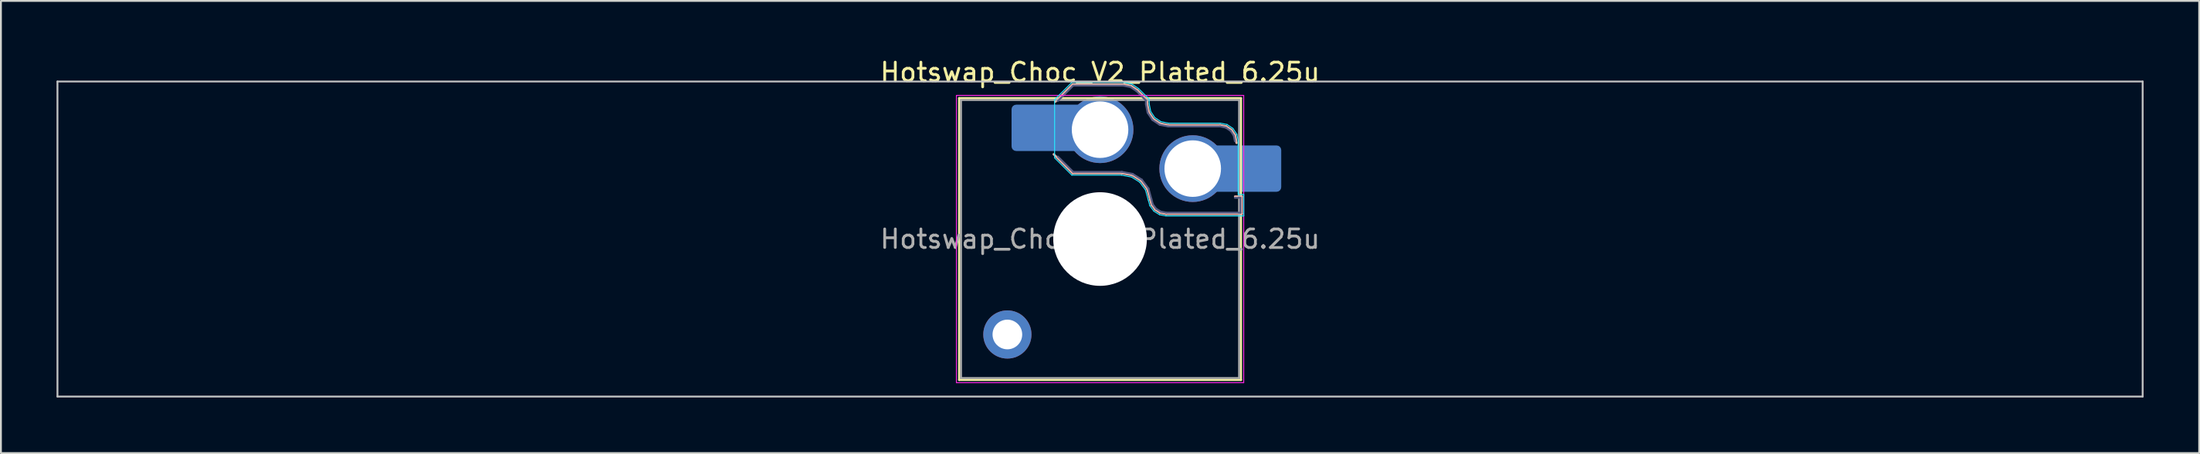
<source format=kicad_pcb>
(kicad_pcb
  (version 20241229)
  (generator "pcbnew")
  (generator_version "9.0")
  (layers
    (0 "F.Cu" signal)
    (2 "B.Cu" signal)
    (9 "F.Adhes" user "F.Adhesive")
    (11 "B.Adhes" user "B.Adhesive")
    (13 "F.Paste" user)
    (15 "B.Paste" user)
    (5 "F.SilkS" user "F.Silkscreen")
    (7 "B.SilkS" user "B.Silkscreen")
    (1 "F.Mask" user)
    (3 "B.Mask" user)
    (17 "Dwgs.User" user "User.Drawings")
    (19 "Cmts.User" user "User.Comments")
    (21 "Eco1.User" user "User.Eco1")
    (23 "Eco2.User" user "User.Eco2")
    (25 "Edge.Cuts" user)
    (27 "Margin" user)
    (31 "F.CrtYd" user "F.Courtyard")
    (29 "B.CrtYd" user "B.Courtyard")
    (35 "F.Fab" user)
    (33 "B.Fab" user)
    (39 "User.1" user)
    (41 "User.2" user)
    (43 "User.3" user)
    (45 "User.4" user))
  (footprint "Hotswap_Choc_V2_Plated_6.25u"
    (layer "F.Cu")
    (at 56.3 9.848)
    (property "Reference" "Hotswap_Choc_V2_Plated_6.25u" (at 0 -9 0) (layer "F.SilkS") (effects (font (size 1 1) (thickness 0.15))))
    (attr smd allow_soldermask_bridges)
    (fp_line (start -7.6 -7.6) (end -7.6 7.6) (stroke (width 0.12) (type solid)) (layer "F.SilkS"))
    (fp_line (start -7.6 7.6) (end 7.6 7.6) (stroke (width 0.12) (type solid)) (layer "F.SilkS"))
    (fp_line (start 7.6 -7.6) (end -7.6 -7.6) (stroke (width 0.12) (type solid)) (layer "F.SilkS"))
    (fp_line (start 7.6 7.6) (end 7.6 -7.6) (stroke (width 0.12) (type solid)) (layer "F.SilkS"))
    (fp_line (start -2.416 -7.409) (end -1.479 -8.346) (stroke (width 0.12) (type solid)) (layer "B.SilkS"))
    (fp_line (start -1.479 -8.346) (end 1.268 -8.346) (stroke (width 0.12) (type solid)) (layer "B.SilkS"))
    (fp_line (start -1.479 -3.554) (end -2.5 -4.575) (stroke (width 0.12) (type solid)) (layer "B.SilkS"))
    (fp_line (start 1.168 -3.554) (end -1.479 -3.554) (stroke (width 0.12) (type solid)) (layer "B.SilkS"))
    (fp_line (start 1.268 -8.346) (end 1.671 -8.266) (stroke (width 0.12) (type solid)) (layer "B.SilkS"))
    (fp_line (start 1.671 -8.266) (end 2.013 -8.037) (stroke (width 0.12) (type solid)) (layer "B.SilkS"))
    (fp_line (start 1.73 -3.449) (end 1.168 -3.554) (stroke (width 0.12) (type solid)) (layer "B.SilkS"))
    (fp_line (start 2.013 -8.037) (end 2.546 -7.504) (stroke (width 0.12) (type solid)) (layer "B.SilkS"))
    (fp_line (start 2.209 -3.15) (end 1.73 -3.449) (stroke (width 0.12) (type solid)) (layer "B.SilkS"))
    (fp_line (start 2.546 -7.504) (end 2.546 -7.282) (stroke (width 0.12) (type solid)) (layer "B.SilkS"))
    (fp_line (start 2.546 -7.282) (end 2.633 -6.844) (stroke (width 0.12) (type solid)) (layer "B.SilkS"))
    (fp_line (start 2.547 -2.697) (end 2.209 -3.15) (stroke (width 0.12) (type solid)) (layer "B.SilkS"))
    (fp_line (start 2.633 -6.844) (end 2.877 -6.477) (stroke (width 0.12) (type solid)) (layer "B.SilkS"))
    (fp_line (start 2.701 -2.139) (end 2.547 -2.697) (stroke (width 0.12) (type solid)) (layer "B.SilkS"))
    (fp_line (start 2.783 -1.841) (end 2.701 -2.139) (stroke (width 0.12) (type solid)) (layer "B.SilkS"))
    (fp_line (start 2.877 -6.477) (end 3.244 -6.233) (stroke (width 0.12) (type solid)) (layer "B.SilkS"))
    (fp_line (start 2.976 -1.583) (end 2.783 -1.841) (stroke (width 0.12) (type solid)) (layer "B.SilkS"))
    (fp_line (start 3.244 -6.233) (end 3.682 -6.146) (stroke (width 0.12) (type solid)) (layer "B.SilkS"))
    (fp_line (start 3.25 -1.413) (end 2.976 -1.583) (stroke (width 0.12) (type solid)) (layer "B.SilkS"))
    (fp_line (start 3.56 -1.354) (end 3.25 -1.413) (stroke (width 0.12) (type solid)) (layer "B.SilkS"))
    (fp_line (start 3.682 -6.146) (end 6.482 -6.146) (stroke (width 0.12) (type solid)) (layer "B.SilkS"))
    (fp_line (start 6.482 -6.146) (end 6.809 -6.081) (stroke (width 0.12) (type solid)) (layer "B.SilkS"))
    (fp_line (start 6.809 -6.081) (end 7.092 -5.892) (stroke (width 0.12) (type solid)) (layer "B.SilkS"))
    (fp_line (start 7.092 -5.892) (end 7.281 -5.609) (stroke (width 0.12) (type solid)) (layer "B.SilkS"))
    (fp_line (start 7.281 -5.609) (end 7.366 -5.182) (stroke (width 0.12) (type solid)) (layer "B.SilkS"))
    (fp_line (start 7.283 -2.296) (end 7.646 -2.296) (stroke (width 0.12) (type solid)) (layer "B.SilkS"))
    (fp_line (start 7.646 -2.296) (end 7.646 -1.354) (stroke (width 0.12) (type solid)) (layer "B.SilkS"))
    (fp_line (start 7.646 -1.354) (end 3.56 -1.354) (stroke (width 0.12) (type solid)) (layer "B.SilkS"))
    (fp_line (start -56.25 -8.5) (end -56.25 8.5) (stroke (width 0.1) (type solid)) (layer "Dwgs.User"))
    (fp_line (start -56.25 8.5) (end 56.25 8.5) (stroke (width 0.1) (type solid)) (layer "Dwgs.User"))
    (fp_line (start 56.25 -8.5) (end -56.25 -8.5) (stroke (width 0.1) (type solid)) (layer "Dwgs.User"))
    (fp_line (start 56.25 8.5) (end 56.25 -8.5) (stroke (width 0.1) (type solid)) (layer "Dwgs.User"))
    (fp_line (start -7.25 -7.25) (end -7.25 7.25) (stroke (width 0.1) (type solid)) (layer "Eco1.User"))
    (fp_line (start -7.25 7.25) (end 7.25 7.25) (stroke (width 0.1) (type solid)) (layer "Eco1.User"))
    (fp_line (start 7.25 -7.25) (end -7.25 -7.25) (stroke (width 0.1) (type solid)) (layer "Eco1.User"))
    (fp_line (start 7.25 7.25) (end 7.25 -7.25) (stroke (width 0.1) (type solid)) (layer "Eco1.User"))
    (fp_line (start -2.452 -7.523) (end -1.523 -8.452) (stroke (width 0.05) (type solid)) (layer "B.CrtYd"))
    (fp_line (start -2.452 -4.377) (end -2.452 -7.523) (stroke (width 0.05) (type solid)) (layer "B.CrtYd"))
    (fp_line (start -1.523 -8.452) (end 1.278 -8.452) (stroke (width 0.05) (type solid)) (layer "B.CrtYd"))
    (fp_line (start -1.523 -3.448) (end -2.452 -4.377) (stroke (width 0.05) (type solid)) (layer "B.CrtYd"))
    (fp_line (start 1.159 -3.448) (end -1.523 -3.448) (stroke (width 0.05) (type solid)) (layer "B.CrtYd"))
    (fp_line (start 1.278 -8.452) (end 1.712 -8.366) (stroke (width 0.05) (type solid)) (layer "B.CrtYd"))
    (fp_line (start 1.691 -3.348) (end 1.159 -3.448) (stroke (width 0.05) (type solid)) (layer "B.CrtYd"))
    (fp_line (start 1.712 -8.366) (end 2.081 -8.119) (stroke (width 0.05) (type solid)) (layer "B.CrtYd"))
    (fp_line (start 2.081 -8.119) (end 2.652 -7.548) (stroke (width 0.05) (type solid)) (layer "B.CrtYd"))
    (fp_line (start 2.136 -3.071) (end 1.691 -3.348) (stroke (width 0.05) (type solid)) (layer "B.CrtYd"))
    (fp_line (start 2.45 -2.65) (end 2.136 -3.071) (stroke (width 0.05) (type solid)) (layer "B.CrtYd"))
    (fp_line (start 2.599 -2.111) (end 2.45 -2.65) (stroke (width 0.05) (type solid)) (layer "B.CrtYd"))
    (fp_line (start 2.652 -7.548) (end 2.652 -7.292) (stroke (width 0.05) (type solid)) (layer "B.CrtYd"))
    (fp_line (start 2.652 -7.292) (end 2.733 -6.885) (stroke (width 0.05) (type solid)) (layer "B.CrtYd"))
    (fp_line (start 2.687 -1.794) (end 2.599 -2.111) (stroke (width 0.05) (type solid)) (layer "B.CrtYd"))
    (fp_line (start 2.733 -6.885) (end 2.953 -6.553) (stroke (width 0.05) (type solid)) (layer "B.CrtYd"))
    (fp_line (start 2.903 -1.503) (end 2.687 -1.794) (stroke (width 0.05) (type solid)) (layer "B.CrtYd"))
    (fp_line (start 2.953 -6.553) (end 3.285 -6.333) (stroke (width 0.05) (type solid)) (layer "B.CrtYd"))
    (fp_line (start 3.211 -1.312) (end 2.903 -1.503) (stroke (width 0.05) (type solid)) (layer "B.CrtYd"))
    (fp_line (start 3.285 -6.333) (end 3.692 -6.252) (stroke (width 0.05) (type solid)) (layer "B.CrtYd"))
    (fp_line (start 3.55 -1.248) (end 3.211 -1.312) (stroke (width 0.05) (type solid)) (layer "B.CrtYd"))
    (fp_line (start 3.692 -6.252) (end 6.492 -6.252) (stroke (width 0.05) (type solid)) (layer "B.CrtYd"))
    (fp_line (start 6.492 -6.252) (end 6.85 -6.181) (stroke (width 0.05) (type solid)) (layer "B.CrtYd"))
    (fp_line (start 6.85 -6.181) (end 7.168 -5.968) (stroke (width 0.05) (type solid)) (layer "B.CrtYd"))
    (fp_line (start 7.168 -5.968) (end 7.381 -5.65) (stroke (width 0.05) (type solid)) (layer "B.CrtYd"))
    (fp_line (start 7.381 -5.65) (end 7.452 -5.292) (stroke (width 0.05) (type solid)) (layer "B.CrtYd"))
    (fp_line (start 7.452 -5.292) (end 7.452 -2.402) (stroke (width 0.05) (type solid)) (layer "B.CrtYd"))
    (fp_line (start 7.452 -2.402) (end 7.752 -2.402) (stroke (width 0.05) (type solid)) (layer "B.CrtYd"))
    (fp_line (start 7.752 -2.402) (end 7.752 -1.248) (stroke (width 0.05) (type solid)) (layer "B.CrtYd"))
    (fp_line (start 7.752 -1.248) (end 3.55 -1.248) (stroke (width 0.05) (type solid)) (layer "B.CrtYd"))
    (fp_line (start -7.75 -7.75) (end -7.75 7.75) (stroke (width 0.05) (type solid)) (layer "F.CrtYd"))
    (fp_line (start -7.75 7.75) (end 7.75 7.75) (stroke (width 0.05) (type solid)) (layer "F.CrtYd"))
    (fp_line (start 7.75 -7.75) (end -7.75 -7.75) (stroke (width 0.05) (type solid)) (layer "F.CrtYd"))
    (fp_line (start 7.75 7.75) (end 7.75 -7.75) (stroke (width 0.05) (type solid)) (layer "F.CrtYd"))
    (fp_line (start -2.275 -7.45) (end -1.45 -8.275) (stroke (width 0.1) (type solid)) (layer "B.Fab"))
    (fp_line (start -1.45 -8.275) (end 1.261 -8.275) (stroke (width 0.1) (type solid)) (layer "B.Fab"))
    (fp_line (start -1.45 -3.625) (end -2.275 -4.45) (stroke (width 0.1) (type solid)) (layer "B.Fab"))
    (fp_line (start 1.175 -3.625) (end -1.45 -3.625) (stroke (width 0.1) (type solid)) (layer "B.Fab"))
    (fp_line (start 1.261 -8.275) (end 1.643 -8.199) (stroke (width 0.1) (type solid)) (layer "B.Fab"))
    (fp_line (start 1.643 -8.199) (end 1.968 -7.982) (stroke (width 0.1) (type solid)) (layer "B.Fab"))
    (fp_line (start 1.756 -3.516) (end 1.175 -3.625) (stroke (width 0.1) (type solid)) (layer "B.Fab"))
    (fp_line (start 1.968 -7.982) (end 2.475 -7.475) (stroke (width 0.1) (type solid)) (layer "B.Fab"))
    (fp_line (start 2.258 -3.203) (end 1.756 -3.516) (stroke (width 0.1) (type solid)) (layer "B.Fab"))
    (fp_line (start 2.475 -7.475) (end 2.475 -7.275) (stroke (width 0.1) (type solid)) (layer "B.Fab"))
    (fp_line (start 2.475 -7.275) (end 2.566 -6.816) (stroke (width 0.1) (type solid)) (layer "B.Fab"))
    (fp_line (start 2.566 -6.816) (end 2.826 -6.426) (stroke (width 0.1) (type solid)) (layer "B.Fab"))
    (fp_line (start 2.612 -2.729) (end 2.258 -3.203) (stroke (width 0.1) (type solid)) (layer "B.Fab"))
    (fp_line (start 2.769 -2.158) (end 2.612 -2.729) (stroke (width 0.1) (type solid)) (layer "B.Fab"))
    (fp_line (start 2.826 -6.426) (end 3.216 -6.166) (stroke (width 0.1) (type solid)) (layer "B.Fab"))
    (fp_line (start 2.848 -1.873) (end 2.769 -2.158) (stroke (width 0.1) (type solid)) (layer "B.Fab"))
    (fp_line (start 3.025 -1.636) (end 2.848 -1.873) (stroke (width 0.1) (type solid)) (layer "B.Fab"))
    (fp_line (start 3.216 -6.166) (end 3.675 -6.075) (stroke (width 0.1) (type solid)) (layer "B.Fab"))
    (fp_line (start 3.276 -1.48) (end 3.025 -1.636) (stroke (width 0.1) (type solid)) (layer "B.Fab"))
    (fp_line (start 3.567 -1.425) (end 3.276 -1.48) (stroke (width 0.1) (type solid)) (layer "B.Fab"))
    (fp_line (start 3.675 -6.075) (end 6.475 -6.075) (stroke (width 0.1) (type solid)) (layer "B.Fab"))
    (fp_line (start 6.475 -6.075) (end 6.781 -6.014) (stroke (width 0.1) (type solid)) (layer "B.Fab"))
    (fp_line (start 6.781 -6.014) (end 7.041 -5.841) (stroke (width 0.1) (type solid)) (layer "B.Fab"))
    (fp_line (start 7.041 -5.841) (end 7.214 -5.581) (stroke (width 0.1) (type solid)) (layer "B.Fab"))
    (fp_line (start 7.214 -5.581) (end 7.275 -5.275) (stroke (width 0.1) (type solid)) (layer "B.Fab"))
    (fp_line (start 7.275 -2.225) (end 7.575 -2.225) (stroke (width 0.1) (type solid)) (layer "B.Fab"))
    (fp_line (start 7.575 -2.225) (end 7.575 -1.425) (stroke (width 0.1) (type solid)) (layer "B.Fab"))
    (fp_line (start 7.575 -1.425) (end 3.567 -1.425) (stroke (width 0.1) (type solid)) (layer "B.Fab"))
    (fp_line (start -7.5 -7.5) (end -7.5 7.5) (stroke (width 0.1) (type solid)) (layer "F.Fab"))
    (fp_line (start -7.5 7.5) (end 7.5 7.5) (stroke (width 0.1) (type solid)) (layer "F.Fab"))
    (fp_line (start 7.5 -7.5) (end -7.5 -7.5) (stroke (width 0.1) (type solid)) (layer "F.Fab"))
    (fp_line (start 7.5 7.5) (end 7.5 -7.5) (stroke (width 0.1) (type solid)) (layer "F.Fab"))
    (fp_text user "${REFERENCE}" (at 0 0 0) (layer "F.Fab") (effects (font (size 1 1) (thickness 0.15))))
    (pad "" thru_hole circle (at -5 5.15) (size 2.6 2.6) (drill 1.6) (layers "*.Cu" "*.Mask"))
    (pad "" smd roundrect (at -3.5 -6) (size 2.55 2.5) (layers "B.Mask" "B.Paste") (roundrect_rratio 0.1))
    (pad "" np_thru_hole circle (at 0 0) (size 5.05 5.05) (drill 5.05) (layers "*.Cu" "*.Mask"))
    (pad "" smd roundrect (at 8.5 -3.8) (size 2.55 2.5) (layers "B.Mask" "B.Paste") (roundrect_rratio 0.1))
    (pad "1" smd roundrect (at -2.85 -6) (size 3.85 2.5) (layers "B.Cu") (roundrect_rratio 0.1))
    (pad "1" thru_hole circle (at 0 -5.9) (size 3.6 3.6) (drill 3.05) (layers "*.Cu" "*.Mask"))
    (pad "2" thru_hole circle (at 5 -3.8) (size 3.6 3.6) (drill 3.05) (layers "*.Cu" "*.Mask"))
    (pad "2" smd roundrect (at 7.85 -3.8) (size 3.85 2.5) (layers "B.Cu") (roundrect_rratio 0.1)))
  (gr_rect
    (start -3 -3)
    (end 115.6 21.398)
    (stroke (width 0.1) (type default))
    (fill no)
    (layer "Edge.Cuts")))
</source>
